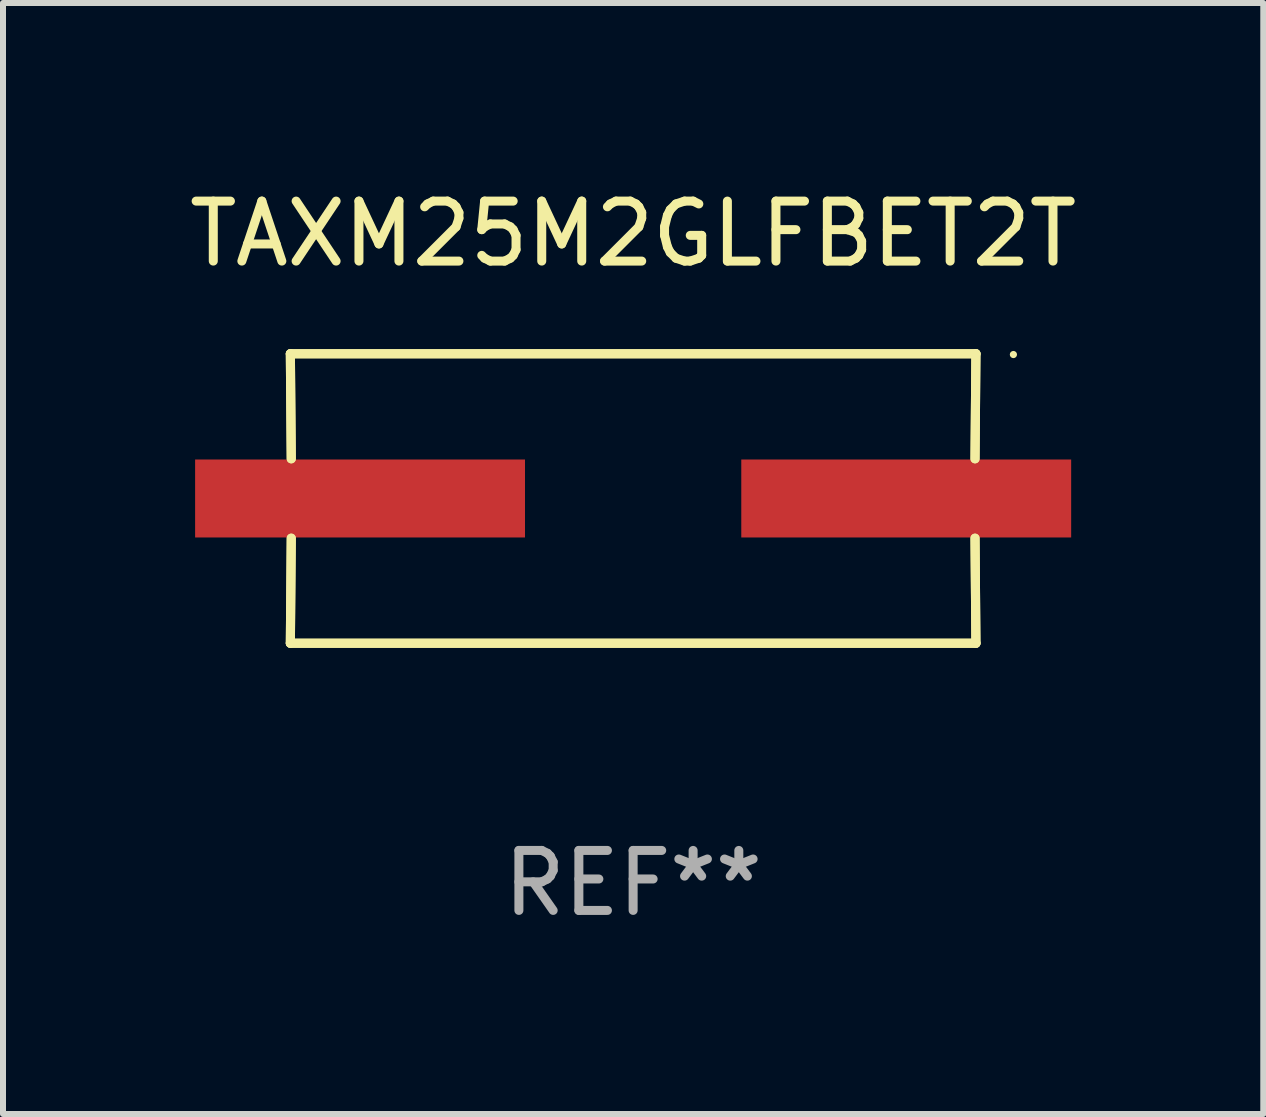
<source format=kicad_pcb>
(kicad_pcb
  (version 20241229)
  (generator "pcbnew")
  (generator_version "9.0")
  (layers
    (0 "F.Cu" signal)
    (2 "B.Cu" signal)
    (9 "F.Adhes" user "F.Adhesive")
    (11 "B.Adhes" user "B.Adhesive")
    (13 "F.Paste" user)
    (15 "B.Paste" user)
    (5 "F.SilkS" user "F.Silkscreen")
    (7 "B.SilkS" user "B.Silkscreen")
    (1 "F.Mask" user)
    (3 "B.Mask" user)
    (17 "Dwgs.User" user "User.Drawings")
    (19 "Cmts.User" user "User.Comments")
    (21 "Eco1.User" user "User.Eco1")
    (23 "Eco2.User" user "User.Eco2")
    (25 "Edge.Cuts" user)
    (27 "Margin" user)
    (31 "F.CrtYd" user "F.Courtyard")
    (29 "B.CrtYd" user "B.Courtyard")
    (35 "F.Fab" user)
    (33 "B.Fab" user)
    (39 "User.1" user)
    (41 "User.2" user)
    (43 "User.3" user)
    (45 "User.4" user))
  (footprint "TAXM25M2GLFBET2T"
    (layer "F.Cu")
    (at 7.506 5.261)
    (property "Reference" "TAXM25M2GLFBET2T" (at 0 -4.413 0) (layer "F.SilkS") (effects (font (size 1 1) (thickness 0.15))))
    (attr through_hole)
    (fp_line (start -5.715 -2.413) (end -5.7 -0.662) (stroke (width 0.152) (type solid)) (layer "F.SilkS"))
    (fp_line (start -5.715 -2.413) (end -5.7 -0.662) (stroke (width 0.152) (type solid)) (layer "F.SilkS"))
    (fp_line (start -5.715 2.413) (end 5.715 2.413) (stroke (width 0.152) (type solid)) (layer "F.SilkS"))
    (fp_line (start -5.715 2.413) (end 5.715 2.413) (stroke (width 0.152) (type solid)) (layer "F.SilkS"))
    (fp_line (start -5.7 0.662) (end -5.715 2.413) (stroke (width 0.152) (type solid)) (layer "F.SilkS"))
    (fp_line (start -5.7 0.662) (end -5.715 2.413) (stroke (width 0.152) (type solid)) (layer "F.SilkS"))
    (fp_line (start 5.7 -0.662) (end 5.715 -2.413) (stroke (width 0.152) (type solid)) (layer "F.SilkS"))
    (fp_line (start 5.7 -0.662) (end 5.715 -2.413) (stroke (width 0.152) (type solid)) (layer "F.SilkS"))
    (fp_line (start 5.715 -2.413) (end -5.715 -2.413) (stroke (width 0.152) (type solid)) (layer "F.SilkS"))
    (fp_line (start 5.715 -2.413) (end -5.715 -2.413) (stroke (width 0.152) (type solid)) (layer "F.SilkS"))
    (fp_line (start 5.715 2.413) (end 5.7 0.662) (stroke (width 0.152) (type solid)) (layer "F.SilkS"))
    (fp_line (start 5.715 2.413) (end 5.7 0.662) (stroke (width 0.152) (type solid)) (layer "F.SilkS"))
    (fp_circle (center 6.34 -2.4) (end 6.37 -2.4) (stroke (width 0.06) (type solid)) (fill no) (layer "F.SilkS"))
    (fp_text user "REF**" (at 0 6.413 0) (layer "F.Fab") (effects (font (size 1 1) (thickness 0.15))))
    (pad "1" smd rect (at 4.553 0) (size 5.5 1.3) (layers "F.Cu" "F.Mask" "F.Paste"))
    (pad "2" smd rect (at -4.553 0) (size 5.5 1.3) (layers "F.Cu" "F.Mask" "F.Paste")))
  (gr_rect
    (start -3 -3)
    (end 18.012 15.523)
    (stroke (width 0.1) (type default))
    (fill no)
    (layer "Edge.Cuts")))
</source>
